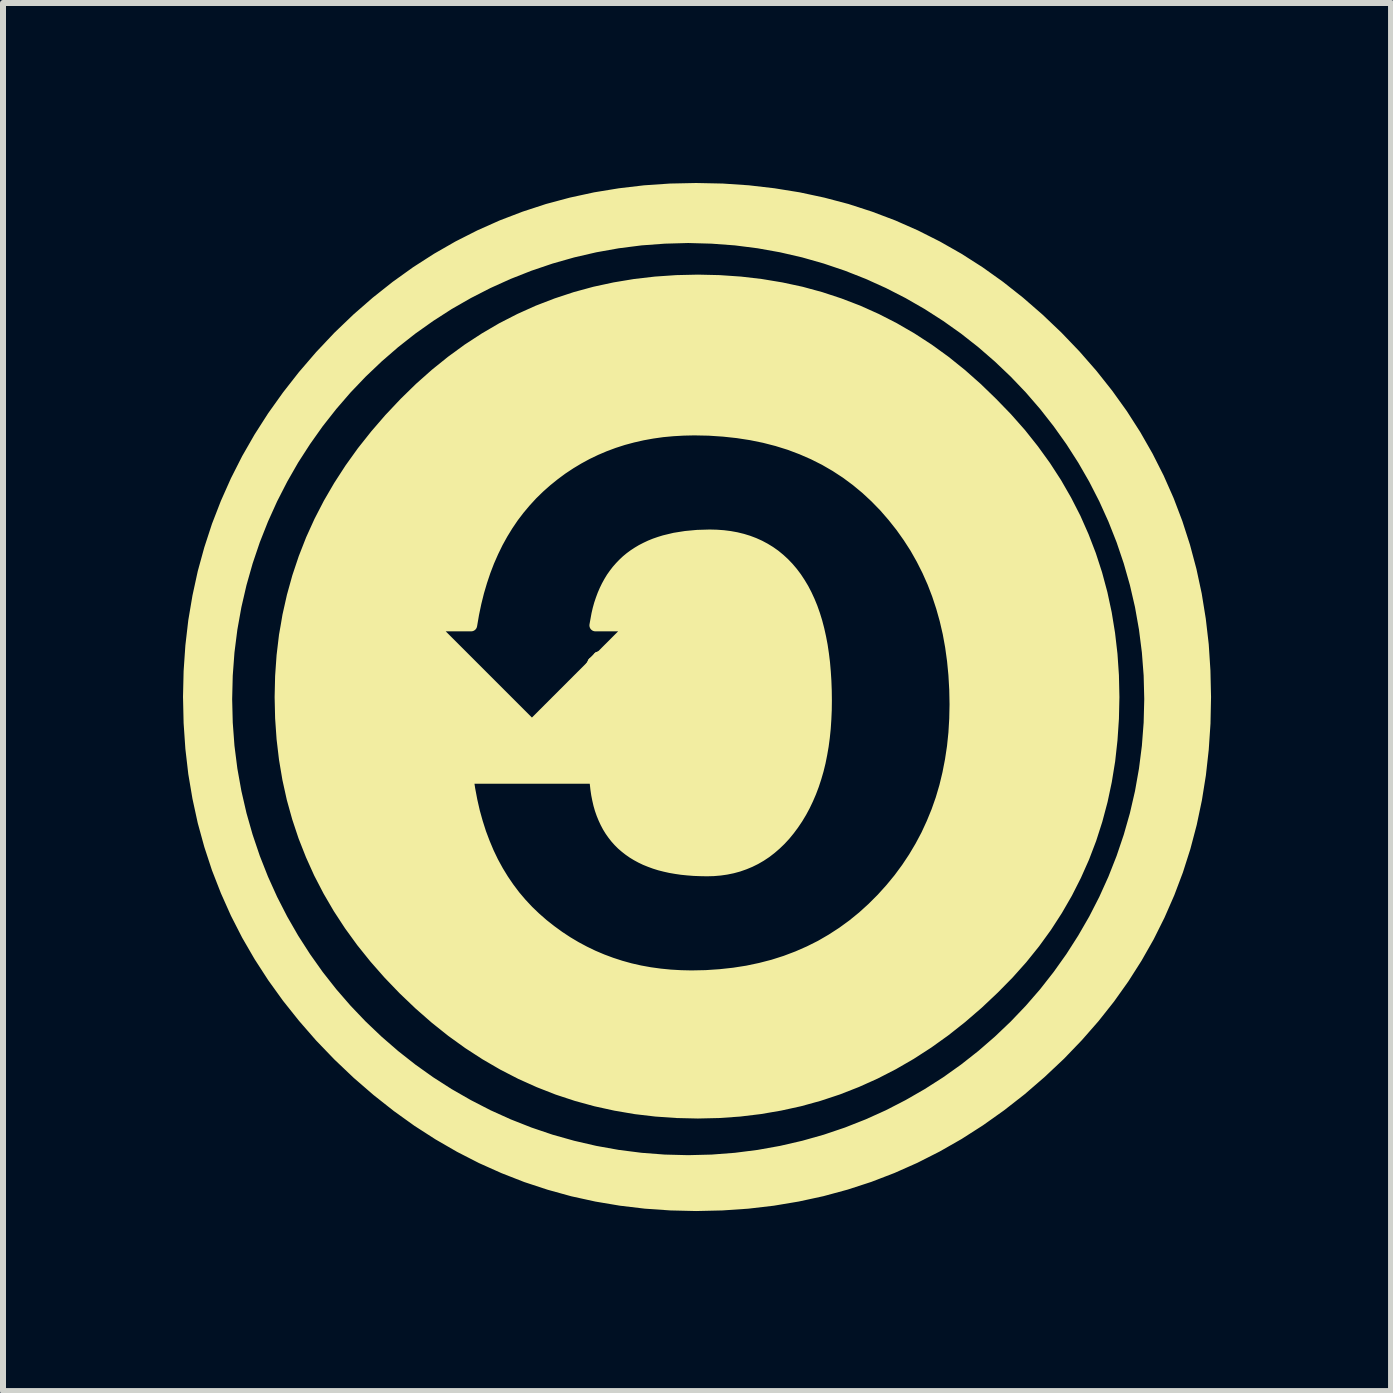
<source format=kicad_pcb>
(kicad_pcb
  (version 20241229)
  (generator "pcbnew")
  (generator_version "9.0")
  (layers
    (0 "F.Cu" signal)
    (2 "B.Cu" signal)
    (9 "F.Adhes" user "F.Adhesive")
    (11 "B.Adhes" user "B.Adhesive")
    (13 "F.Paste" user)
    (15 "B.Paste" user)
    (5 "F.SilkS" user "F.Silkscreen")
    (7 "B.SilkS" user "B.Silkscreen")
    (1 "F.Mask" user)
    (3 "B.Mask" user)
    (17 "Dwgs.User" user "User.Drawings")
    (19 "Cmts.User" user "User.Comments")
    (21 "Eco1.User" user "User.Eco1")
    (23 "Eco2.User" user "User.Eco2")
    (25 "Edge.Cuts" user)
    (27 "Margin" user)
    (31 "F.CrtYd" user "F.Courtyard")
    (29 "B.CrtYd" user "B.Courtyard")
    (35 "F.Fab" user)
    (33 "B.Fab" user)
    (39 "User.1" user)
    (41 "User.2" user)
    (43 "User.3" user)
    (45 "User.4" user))
  (footprint "CCSA"
    (layer "F.Cu")
    (at 8.439 8.885)
    (property "Reference" "CCSA" (at 0 -0.5 0) (unlocked yes) (layer "F.SilkS") (effects (font (size 1 1) (thickness 0.15))))
    (attr smd)
    (fp_poly (pts (xy 0.552 -8.776) (xy 0.983 -8.747) (xy 1.406 -8.698) (xy 1.821 -8.631) (xy 2.226 -8.544) (xy 2.624 -8.439) (xy 3.012 -8.313) (xy 3.393 -8.169) (xy 3.765 -8.005) (xy 4.128 -7.822) (xy 4.483 -7.62) (xy 4.829 -7.399) (xy 5.167 -7.158) (xy 5.496 -6.898) (xy 5.817 -6.619) (xy 6.13 -6.321) (xy 6.428 -6.01) (xy 6.707 -5.691) (xy 6.967 -5.363) (xy 7.208 -5.027) (xy 7.429 -4.682) (xy 7.631 -4.328) (xy 7.814 -3.966) (xy 7.978 -3.595) (xy 8.122 -3.216) (xy 8.247 -2.828) (xy 8.353 -2.431) (xy 8.44 -2.026) (xy 8.507 -1.612) (xy 8.556 -1.189) (xy 8.584 -0.758) (xy 8.594 -0.318) (xy 8.585 0.121) (xy 8.556 0.552) (xy 8.509 0.974) (xy 8.443 1.386) (xy 8.358 1.79) (xy 8.254 2.185) (xy 8.131 2.571) (xy 7.989 2.947) (xy 7.828 3.315) (xy 7.649 3.674) (xy 7.45 4.024) (xy 7.233 4.365) (xy 6.997 4.697) (xy 6.742 5.019) (xy 6.467 5.333) (xy 6.174 5.638) (xy 5.851 5.942) (xy 5.521 6.227) (xy 5.183 6.491) (xy 4.838 6.736) (xy 4.485 6.962) (xy 4.124 7.168) (xy 3.757 7.354) (xy 3.381 7.521) (xy 2.999 7.668) (xy 2.609 7.795) (xy 2.211 7.903) (xy 1.806 7.991) (xy 1.394 8.06) (xy 0.974 8.109) (xy 0.547 8.138) (xy 0.112 8.148) (xy -0.313 8.138) (xy -0.732 8.109) (xy -1.143 8.06) (xy -1.547 7.992) (xy -1.944 7.905) (xy -2.334 7.797) (xy -2.717 7.671) (xy -3.093 7.524) (xy -3.462 7.359) (xy -3.823 7.174) (xy -4.178 6.969) (xy -4.526 6.745) (xy -4.866 6.501) (xy -5.199 6.238) (xy -5.525 5.956) (xy -5.844 5.653) (xy -6.147 5.338) (xy -6.429 5.014) (xy -6.692 4.684) (xy -6.936 4.345) (xy -7.16 3.999) (xy -7.365 3.645) (xy -7.55 3.283) (xy -7.715 2.913) (xy -7.862 2.536) (xy -7.988 2.152) (xy -8.096 1.759) (xy -8.183 1.359) (xy -8.252 0.951) (xy -8.3 0.536) (xy -8.329 0.113) (xy -8.338 -0.284) (xy -7.72 -0.284) (xy -7.71 0.112) (xy -7.681 0.504) (xy -7.632 0.889) (xy -7.564 1.268) (xy -7.478 1.641) (xy -7.374 2.006) (xy -7.253 2.364) (xy -7.115 2.714) (xy -6.961 3.055) (xy -6.791 3.387) (xy -6.606 3.709) (xy -6.405 4.022) (xy -6.191 4.324) (xy -5.962 4.615) (xy -5.72 4.894) (xy -5.465 5.161) (xy -5.197 5.416) (xy -4.918 5.658) (xy -4.627 5.887) (xy -4.325 6.102) (xy -4.013 6.302) (xy -3.69 6.487) (xy -3.358 6.658) (xy -3.017 6.812) (xy -2.667 6.95) (xy -2.31 7.071) (xy -1.944 7.174) (xy -1.572 7.26) (xy -1.192 7.328) (xy -0.807 7.377) (xy -0.416 7.407) (xy -0.02 7.417) (xy 0.377 7.407) (xy 0.768 7.377) (xy 1.153 7.328) (xy 1.532 7.26) (xy 1.905 7.174) (xy 2.27 7.071) (xy 2.628 6.95) (xy 2.978 6.812) (xy 3.319 6.658) (xy 3.651 6.487) (xy 3.973 6.302) (xy 4.286 6.102) (xy 4.588 5.887) (xy 4.879 5.658) (xy 5.158 5.416) (xy 5.426 5.161) (xy 5.681 4.894) (xy 5.923 4.615) (xy 6.151 4.324) (xy 6.366 4.022) (xy 6.566 3.709) (xy 6.752 3.387) (xy 6.922 3.055) (xy 7.076 2.714) (xy 7.214 2.364) (xy 7.335 2.006) (xy 7.439 1.641) (xy 7.525 1.268) (xy 7.592 0.889) (xy 7.641 0.504) (xy 7.671 0.112) (xy 7.681 -0.284) (xy 7.671 -0.68) (xy 7.641 -1.071) (xy 7.592 -1.457) (xy 7.525 -1.836) (xy 7.439 -2.208) (xy 7.335 -2.574) (xy 7.214 -2.932) (xy 7.076 -3.281) (xy 6.922 -3.622) (xy 6.752 -3.954) (xy 6.566 -4.277) (xy 6.366 -4.589) (xy 6.151 -4.891) (xy 5.923 -5.182) (xy 5.681 -5.462) (xy 5.426 -5.729) (xy 5.158 -5.984) (xy 4.879 -6.226) (xy 4.588 -6.455) (xy 4.286 -6.669) (xy 3.973 -6.87) (xy 3.651 -7.055) (xy 3.319 -7.225) (xy 2.978 -7.379) (xy 2.628 -7.517) (xy 2.27 -7.638) (xy 1.905 -7.742) (xy 1.532 -7.828) (xy 1.153 -7.896) (xy 0.768 -7.945) (xy 0.377 -7.974) (xy -0.02 -7.985) (xy -0.416 -7.974) (xy -0.807 -7.945) (xy -1.192 -7.896) (xy -1.572 -7.828) (xy -1.944 -7.742) (xy -2.31 -7.638) (xy -2.667 -7.517) (xy -3.017 -7.379) (xy -3.358 -7.225) (xy -3.69 -7.055) (xy -4.013 -6.87) (xy -4.325 -6.669) (xy -4.627 -6.455) (xy -4.918 -6.226) (xy -5.197 -5.984) (xy -5.465 -5.729) (xy -5.72 -5.462) (xy -5.962 -5.182) (xy -6.191 -4.891) (xy -6.405 -4.589) (xy -6.606 -4.277) (xy -6.791 -3.954) (xy -6.961 -3.622) (xy -7.115 -3.281) (xy -7.253 -2.932) (xy -7.374 -2.574) (xy -7.478 -2.208) (xy -7.564 -1.836) (xy -7.632 -1.457) (xy -7.681 -1.071) (xy -7.71 -0.68) (xy -7.72 -0.284) (xy -8.338 -0.284) (xy -8.339 -0.318) (xy -8.329 -0.747) (xy -8.3 -1.169) (xy -8.252 -1.584) (xy -8.183 -1.992) (xy -8.096 -2.392) (xy -7.988 -2.785) (xy -7.862 -3.171) (xy -7.715 -3.55) (xy -7.55 -3.921) (xy -7.365 -4.286) (xy -7.16 -4.643) (xy -6.936 -4.993) (xy -6.692 -5.335) (xy -6.429 -5.671) (xy -6.147 -5.999) (xy -5.844 -6.32) (xy -5.532 -6.619) (xy -5.212 -6.898) (xy -4.884 -7.158) (xy -4.548 -7.399) (xy -4.204 -7.62) (xy -3.852 -7.822) (xy -3.491 -8.005) (xy -3.123 -8.169) (xy -2.747 -8.313) (xy -2.362 -8.439) (xy -1.97 -8.544) (xy -1.57 -8.631) (xy -1.161 -8.698) (xy -0.745 -8.747) (xy -0.32 -8.776) (xy 0.112 -8.785)) (stroke (width 0.2) (type solid)) (fill yes) (layer "F.SilkS"))
    (fp_poly (pts (xy 0.5 -7.25) (xy 0.851 -7.226) (xy 1.194 -7.186) (xy 1.531 -7.13) (xy 1.862 -7.059) (xy 2.185 -6.971) (xy 2.501 -6.867) (xy 2.811 -6.748) (xy 3.114 -6.612) (xy 3.409 -6.461) (xy 3.699 -6.293) (xy 3.981 -6.11) (xy 4.256 -5.911) (xy 4.525 -5.695) (xy 4.786 -5.464) (xy 5.041 -5.217) (xy 5.286 -4.964) (xy 5.516 -4.704) (xy 5.729 -4.436) (xy 5.927 -4.162) (xy 6.109 -3.881) (xy 6.275 -3.592) (xy 6.426 -3.297) (xy 6.56 -2.994) (xy 6.679 -2.685) (xy 6.782 -2.368) (xy 6.869 -2.044) (xy 6.94 -1.713) (xy 6.995 -1.375) (xy 7.035 -1.03) (xy 7.059 -0.678) (xy 7.067 -0.318) (xy 7.059 0.042) (xy 7.035 0.396) (xy 6.997 0.741) (xy 6.942 1.079) (xy 6.872 1.409) (xy 6.786 1.732) (xy 6.685 2.047) (xy 6.568 2.354) (xy 6.435 2.653) (xy 6.287 2.945) (xy 6.123 3.229) (xy 5.944 3.506) (xy 5.749 3.775) (xy 5.539 4.036) (xy 5.313 4.289) (xy 5.071 4.535) (xy 4.805 4.786) (xy 4.534 5.02) (xy 4.257 5.239) (xy 3.975 5.441) (xy 3.687 5.627) (xy 3.393 5.797) (xy 3.093 5.951) (xy 2.788 6.088) (xy 2.477 6.21) (xy 2.16 6.315) (xy 1.838 6.404) (xy 1.51 6.476) (xy 1.177 6.533) (xy 0.837 6.574) (xy 0.493 6.598) (xy 0.142 6.606) (xy -0.21 6.598) (xy -0.556 6.574) (xy -0.896 6.534) (xy -1.23 6.477) (xy -1.558 6.405) (xy -1.879 6.317) (xy -2.195 6.213) (xy -2.504 6.092) (xy -2.807 5.956) (xy -3.104 5.803) (xy -3.395 5.634) (xy -3.679 5.45) (xy -3.958 5.249) (xy -4.23 5.032) (xy -4.496 4.799) (xy -4.757 4.55) (xy -5.005 4.292) (xy -5.238 4.027) (xy -5.455 3.757) (xy -5.656 3.48) (xy -5.841 3.197) (xy -6.009 2.909) (xy -6.162 2.614) (xy -6.298 2.312) (xy -6.419 2.005) (xy -6.523 1.692) (xy -6.612 1.372) (xy -6.684 1.046) (xy -6.74 0.714) (xy -6.78 0.376) (xy -6.804 0.032) (xy -6.812 -0.318) (xy -6.804 -0.665) (xy -6.78 -1.007) (xy -6.74 -1.343) (xy -6.71 -1.513) (xy -4.302 -1.513) (xy -2.624 0.165) (xy -0.946 -1.513) (xy -1.566 -1.513) (xy -1.533 -1.695) (xy -1.513 -1.781) (xy -1.49 -1.864) (xy -1.463 -1.944) (xy -1.434 -2.022) (xy -1.402 -2.096) (xy -1.367 -2.168) (xy -1.329 -2.237) (xy -1.289 -2.303) (xy -1.245 -2.365) (xy -1.199 -2.425) (xy -1.149 -2.482) (xy -1.097 -2.536) (xy -1.042 -2.588) (xy -0.984 -2.636) (xy -0.923 -2.681) (xy -0.859 -2.723) (xy -0.792 -2.763) (xy -0.722 -2.799) (xy -0.65 -2.833) (xy -0.574 -2.864) (xy -0.496 -2.891) (xy -0.415 -2.916) (xy -0.244 -2.957) (xy -0.061 -2.986) (xy 0.133 -3.004) (xy 0.339 -3.01) (xy 0.455 -3.007) (xy 0.567 -2.999) (xy 0.676 -2.985) (xy 0.781 -2.966) (xy 0.883 -2.941) (xy 0.981 -2.911) (xy 1.076 -2.875) (xy 1.167 -2.834) (xy 1.255 -2.787) (xy 1.34 -2.735) (xy 1.421 -2.678) (xy 1.499 -2.614) (xy 1.573 -2.546) (xy 1.644 -2.472) (xy 1.712 -2.392) (xy 1.776 -2.307) (xy 1.836 -2.216) (xy 1.893 -2.121) (xy 1.945 -2.021) (xy 1.994 -1.915) (xy 2.039 -1.805) (xy 2.08 -1.689) (xy 2.117 -1.569) (xy 2.15 -1.443) (xy 2.179 -1.313) (xy 2.205 -1.177) (xy 2.226 -1.036) (xy 2.244 -0.891) (xy 2.257 -0.74) (xy 2.267 -0.585) (xy 2.273 -0.424) (xy 2.275 -0.258) (xy 2.273 -0.1) (xy 2.266 0.055) (xy 2.256 0.206) (xy 2.241 0.352) (xy 2.222 0.495) (xy 2.198 0.633) (xy 2.171 0.768) (xy 2.139 0.898) (xy 2.102 1.025) (xy 2.062 1.147) (xy 2.017 1.266) (xy 1.968 1.38) (xy 1.915 1.491) (xy 1.858 1.597) (xy 1.796 1.7) (xy 1.73 1.798) (xy 1.661 1.891) (xy 1.589 1.979) (xy 1.514 2.06) (xy 1.436 2.135) (xy 1.356 2.204) (xy 1.273 2.268) (xy 1.187 2.325) (xy 1.099 2.376) (xy 1.008 2.421) (xy 0.914 2.46) (xy 0.817 2.494) (xy 0.718 2.521) (xy 0.616 2.542) (xy 0.511 2.557) (xy 0.404 2.566) (xy 0.294 2.569) (xy 0.184 2.567) (xy 0.077 2.563) (xy -0.026 2.555) (xy -0.126 2.545) (xy -0.222 2.531) (xy -0.315 2.515) (xy -0.405 2.495) (xy -0.492 2.473) (xy -0.575 2.447) (xy -0.654 2.418) (xy -0.731 2.387) (xy -0.804 2.352) (xy -0.874 2.314) (xy -0.94 2.274) (xy -1.003 2.23) (xy -1.063 2.183) (xy -1.12 2.134) (xy -1.173 2.081) (xy -1.223 2.025) (xy -1.269 1.966) (xy -1.312 1.905) (xy -1.352 1.84) (xy -1.388 1.772) (xy -1.421 1.701) (xy -1.451 1.628) (xy -1.478 1.551) (xy -1.501 1.471) (xy -1.52 1.388) (xy -1.537 1.302) (xy -1.55 1.213) (xy -1.56 1.122) (xy -1.566 1.027) (xy -3.698 1.027) (xy -3.668 1.222) (xy -3.632 1.412) (xy -3.59 1.596) (xy -3.54 1.775) (xy -3.485 1.948) (xy -3.422 2.115) (xy -3.354 2.277) (xy -3.279 2.433) (xy -3.197 2.583) (xy -3.109 2.727) (xy -3.014 2.866) (xy -2.913 3) (xy -2.805 3.127) (xy -2.691 3.249) (xy -2.57 3.365) (xy -2.443 3.476) (xy -2.311 3.58) (xy -2.176 3.678) (xy -2.038 3.769) (xy -1.897 3.853) (xy -1.753 3.93) (xy -1.606 4.001) (xy -1.455 4.065) (xy -1.302 4.122) (xy -1.145 4.173) (xy -0.986 4.217) (xy -0.823 4.254) (xy -0.657 4.284) (xy -0.489 4.307) (xy -0.317 4.324) (xy -0.142 4.334) (xy 0.036 4.338) (xy 0.277 4.333) (xy 0.513 4.317) (xy 0.742 4.292) (xy 0.966 4.257) (xy 1.184 4.211) (xy 1.397 4.156) (xy 1.604 4.09) (xy 1.805 4.014) (xy 2.001 3.928) (xy 2.191 3.833) (xy 2.375 3.726) (xy 2.554 3.61) (xy 2.727 3.484) (xy 2.894 3.348) (xy 3.056 3.201) (xy 3.212 3.045) (xy 3.36 2.881) (xy 3.499 2.712) (xy 3.628 2.537) (xy 3.747 2.358) (xy 3.857 2.173) (xy 3.958 1.983) (xy 4.048 1.788) (xy 4.13 1.588) (xy 4.202 1.383) (xy 4.264 1.173) (xy 4.316 0.957) (xy 4.359 0.736) (xy 4.393 0.511) (xy 4.417 0.28) (xy 4.431 0.043) (xy 4.436 -0.198) (xy 4.431 -0.446) (xy 4.417 -0.689) (xy 4.394 -0.926) (xy 4.362 -1.158) (xy 4.321 -1.384) (xy 4.27 -1.604) (xy 4.21 -1.818) (xy 4.141 -2.027) (xy 4.063 -2.23) (xy 3.975 -2.428) (xy 3.878 -2.62) (xy 3.773 -2.806) (xy 3.657 -2.986) (xy 3.533 -3.161) (xy 3.399 -3.33) (xy 3.257 -3.494) (xy 3.106 -3.649) (xy 2.949 -3.795) (xy 2.786 -3.93) (xy 2.616 -4.056) (xy 2.44 -4.171) (xy 2.257 -4.277) (xy 2.068 -4.372) (xy 1.873 -4.457) (xy 1.672 -4.533) (xy 1.463 -4.598) (xy 1.249 -4.653) (xy 1.028 -4.698) (xy 0.801 -4.733) (xy 0.568 -4.758) (xy 0.328 -4.774) (xy 0.082 -4.779) (xy -0.098 -4.775) (xy -0.274 -4.765) (xy -0.447 -4.749) (xy -0.617 -4.725) (xy -0.783 -4.695) (xy -0.945 -4.658) (xy -1.105 -4.615) (xy -1.26 -4.565) (xy -1.413 -4.508) (xy -1.561 -4.445) (xy -1.707 -4.375) (xy -1.849 -4.298) (xy -1.987 -4.215) (xy -2.123 -4.125) (xy -2.254 -4.028) (xy -2.383 -3.924) (xy -2.506 -3.815) (xy -2.624 -3.7) (xy -2.735 -3.579) (xy -2.841 -3.453) (xy -2.941 -3.322) (xy -3.034 -3.185) (xy -3.121 -3.043) (xy -3.203 -2.895) (xy -3.278 -2.741) (xy -3.348 -2.582) (xy -3.411 -2.418) (xy -3.468 -2.248) (xy -3.52 -2.072) (xy -3.565 -1.891) (xy -3.604 -1.705) (xy -3.637 -1.513) (xy -4.302 -1.513) (xy -6.71 -1.513) (xy -6.683 -1.673) (xy -6.61 -1.998) (xy -6.521 -2.318) (xy -6.416 -2.632) (xy -6.295 -2.941) (xy -6.157 -3.245) (xy -6.003 -3.543) (xy -5.833 -3.835) (xy -5.647 -4.122) (xy -5.445 -4.404) (xy -5.226 -4.68) (xy -4.992 -4.951) (xy -4.741 -5.217) (xy -4.488 -5.464) (xy -4.228 -5.695) (xy -3.961 -5.91) (xy -3.687 -6.11) (xy -3.406 -6.293) (xy -3.119 -6.461) (xy -2.824 -6.612) (xy -2.522 -6.748) (xy -2.213 -6.867) (xy -1.898 -6.971) (xy -1.575 -7.059) (xy -1.246 -7.13) (xy -0.909 -7.186) (xy -0.565 -7.226) (xy -0.215 -7.25) (xy 0.143 -7.258)) (stroke (width 0.2) (type solid)) (fill yes) (layer "F.SilkS")))
  (gr_rect
    (start -3 -3)
    (end 20.133 20.133)
    (stroke (width 0.1) (type default))
    (fill no)
    (layer "Edge.Cuts")))
</source>
